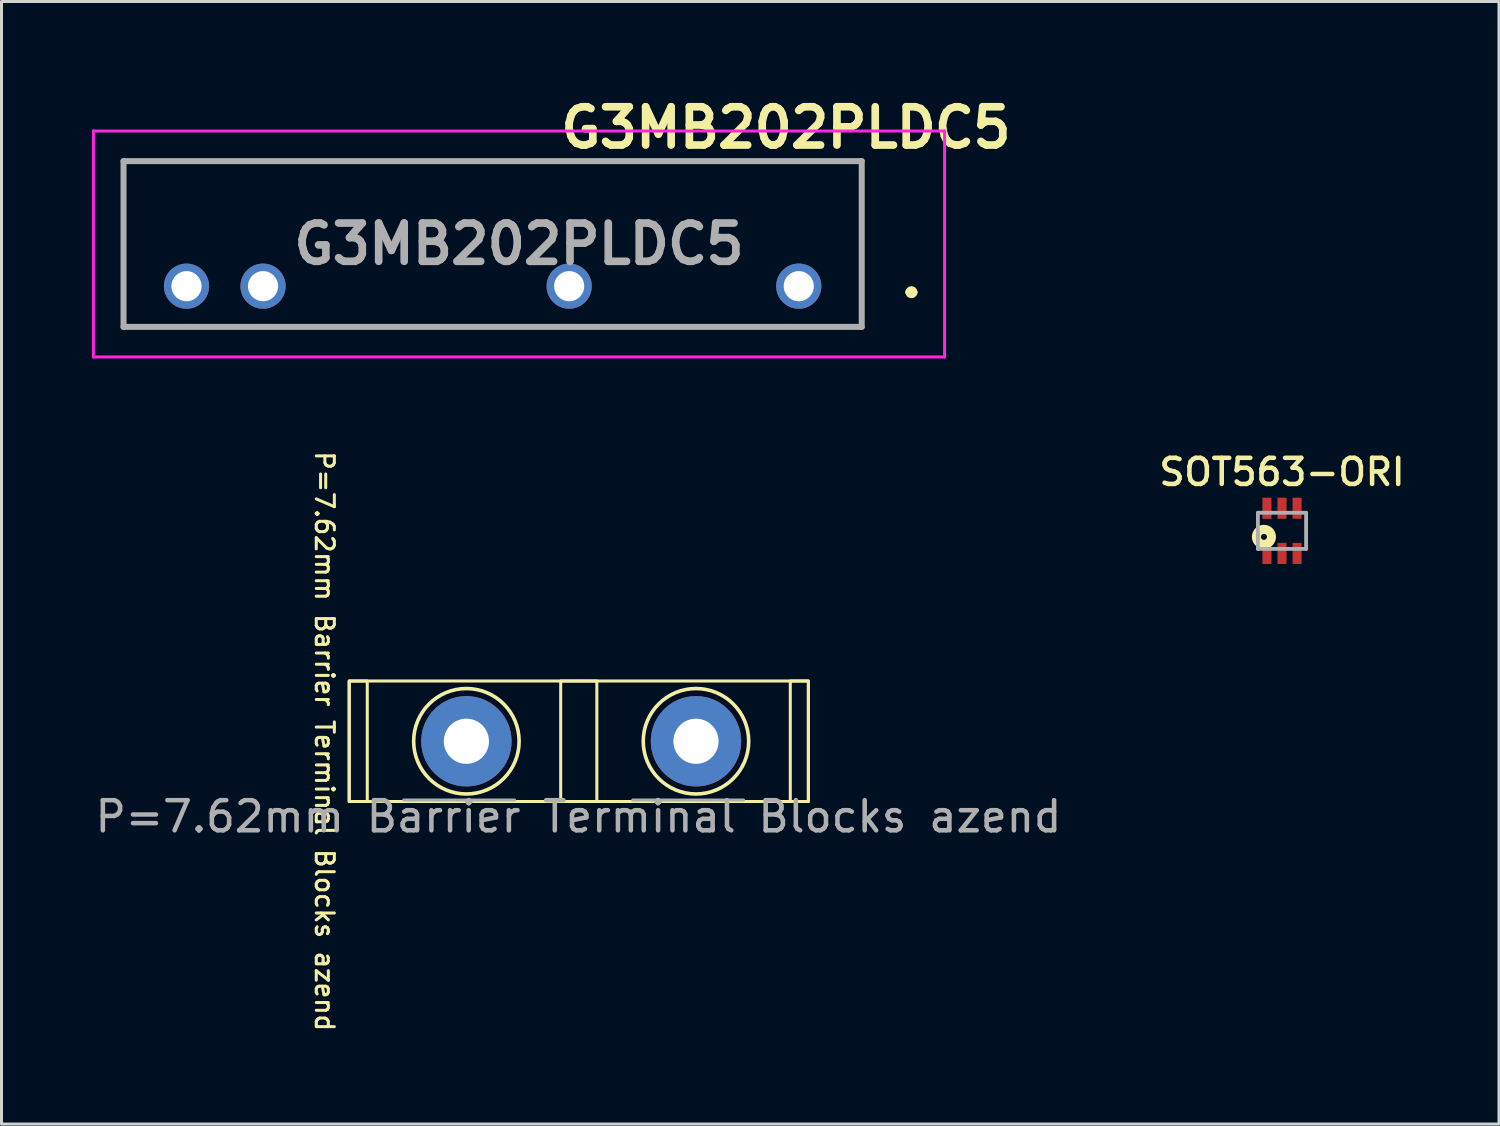
<source format=kicad_pcb>
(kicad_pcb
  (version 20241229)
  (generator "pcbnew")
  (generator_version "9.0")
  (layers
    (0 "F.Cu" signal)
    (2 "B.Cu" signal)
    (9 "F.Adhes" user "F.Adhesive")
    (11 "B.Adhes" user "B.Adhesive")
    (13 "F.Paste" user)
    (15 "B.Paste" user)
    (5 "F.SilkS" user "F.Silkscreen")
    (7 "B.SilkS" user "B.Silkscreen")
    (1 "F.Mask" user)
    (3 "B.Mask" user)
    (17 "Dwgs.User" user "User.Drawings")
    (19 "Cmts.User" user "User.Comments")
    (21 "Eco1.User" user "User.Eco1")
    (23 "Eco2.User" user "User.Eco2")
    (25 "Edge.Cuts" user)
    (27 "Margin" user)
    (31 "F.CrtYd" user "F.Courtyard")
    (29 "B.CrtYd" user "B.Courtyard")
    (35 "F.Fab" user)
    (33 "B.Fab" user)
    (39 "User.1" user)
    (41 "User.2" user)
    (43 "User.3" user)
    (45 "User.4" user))
  (footprint "SOT563-ORI"
    (layer "F.Cu")
    (at 39.499 14.568)
    (property "Reference" "SOT563-ORI" (at 0 -1.95 0) (layer "F.SilkS") (effects (font (size 0.866 0.866) (thickness 0.15))))
    (attr smd)
    (fp_circle (center -0.6 0.2) (end -0.5 0.2) (stroke (width 0.3) (type solid)) (fill no) (layer "F.SilkS"))
    (fp_line (start -0.8 -0.6) (end 0.8 -0.6) (stroke (width 0.127) (type solid)) (layer "F.Fab"))
    (fp_line (start -0.8 0.6) (end -0.8 -0.6) (stroke (width 0.127) (type solid)) (layer "F.Fab"))
    (fp_line (start 0.8 -0.6) (end 0.8 0.6) (stroke (width 0.127) (type solid)) (layer "F.Fab"))
    (fp_line (start 0.8 0.6) (end -0.8 0.6) (stroke (width 0.127) (type solid)) (layer "F.Fab"))
    (pad "1" smd rect (at -0.5 0.75) (size 0.3 0.7) (layers "F.Cu" "F.Mask" "F.Paste"))
    (pad "2" smd rect (at 0 0.75) (size 0.3 0.7) (layers "F.Cu" "F.Mask" "F.Paste"))
    (pad "3" smd rect (at 0.5 0.75) (size 0.3 0.7) (layers "F.Cu" "F.Mask" "F.Paste"))
    (pad "4" smd rect (at 0.5 -0.75) (size 0.3 0.7) (layers "F.Cu" "F.Mask" "F.Paste"))
    (pad "5" smd rect (at 0 -0.75) (size 0.3 0.7) (layers "F.Cu" "F.Mask" "F.Paste"))
    (pad "6" smd rect (at -0.5 -0.75) (size 0.3 0.7) (layers "F.Cu" "F.Mask" "F.Paste")))
  (footprint "G3MB202PLDC5"
    (layer "F.Cu")
    (at 23.46 6.448)
    (property "Reference" "G3MB202PLDC5" (at -0.425 -5.259 0) (layer "F.SilkS") (effects (font (size 1.27 1.27) (thickness 0.254))))
    (attr through_hole)
    (fp_line (start -22.41 -4.15) (end -22.41 1.35) (stroke (width 0.1) (type solid)) (layer "F.SilkS"))
    (fp_line (start -22.41 1.35) (end 2.09 1.35) (stroke (width 0.1) (type solid)) (layer "F.SilkS"))
    (fp_line (start 2.09 -4.15) (end -22.41 -4.15) (stroke (width 0.1) (type solid)) (layer "F.SilkS"))
    (fp_line (start 2.09 1.35) (end 2.09 -4.15) (stroke (width 0.1) (type solid)) (layer "F.SilkS"))
    (fp_line (start 3.64 0.2) (end 3.64 0.2) (stroke (width 0.2) (type solid)) (layer "F.SilkS"))
    (fp_line (start 3.84 0.2) (end 3.84 0.2) (stroke (width 0.2) (type solid)) (layer "F.SilkS"))
    (fp_arc (start 3.64 0.2) (mid 3.74 0.1) (end 3.84 0.2) (stroke (width 0.2) (type solid)) (layer "F.SilkS"))
    (fp_arc (start 3.84 0.2) (mid 3.74 0.3) (end 3.64 0.2) (stroke (width 0.2) (type solid)) (layer "F.SilkS"))
    (fp_line (start -23.41 -5.15) (end -23.41 2.35) (stroke (width 0.1) (type solid)) (layer "F.CrtYd"))
    (fp_line (start -23.41 2.35) (end 4.84 2.35) (stroke (width 0.1) (type solid)) (layer "F.CrtYd"))
    (fp_line (start 4.84 -5.15) (end -23.41 -5.15) (stroke (width 0.1) (type solid)) (layer "F.CrtYd"))
    (fp_line (start 4.84 2.35) (end 4.84 -5.15) (stroke (width 0.1) (type solid)) (layer "F.CrtYd"))
    (fp_line (start -22.41 -4.15) (end -22.41 1.35) (stroke (width 0.2) (type solid)) (layer "F.Fab"))
    (fp_line (start -22.41 1.35) (end 2.09 1.35) (stroke (width 0.2) (type solid)) (layer "F.Fab"))
    (fp_line (start 2.09 -4.15) (end -22.41 -4.15) (stroke (width 0.2) (type solid)) (layer "F.Fab"))
    (fp_line (start 2.09 1.35) (end 2.09 -4.15) (stroke (width 0.2) (type solid)) (layer "F.Fab"))
    (fp_text user "${REFERENCE}" (at -9.285 -1.4 0) (layer "F.Fab") (effects (font (size 1.27 1.27) (thickness 0.254))))
    (pad "11" thru_hole circle (at 0 0) (size 1.5 1.5) (drill 1) (layers "*.Cu" "*.Mask"))
    (pad "14" thru_hole circle (at -7.62 0) (size 1.5 1.5) (drill 1) (layers "*.Cu" "*.Mask"))
    (pad "A1" thru_hole circle (at -17.78 0) (size 1.5 1.5) (drill 1) (layers "*.Cu" "*.Mask"))
    (pad "A2" thru_hole circle (at -20.32 0) (size 1.5 1.5) (drill 1) (layers "*.Cu" "*.Mask")))
  (footprint "P=7.62mm Barrier Terminal Blocks azend"
    (layer "F.Cu")
    (at 16.149 21.552)
    (property "Reference" "P=7.62mm Barrier Terminal Blocks azend" (at -8.43 0 270) (unlocked yes) (layer "F.SilkS") (effects (font (size 0.6 0.6) (thickness 0.1))))
    (attr through_hole)
    (fp_rect (start -7.61 -2) (end -7.01 2) (stroke (width 0.1) (type default)) (fill no) (layer "F.SilkS"))
    (fp_rect (start -7.61 -2) (end 7.63 2) (stroke (width 0.1) (type default)) (fill no) (layer "F.SilkS"))
    (fp_rect (start -0.59 -2) (end 0.61 2) (stroke (width 0.1) (type default)) (fill no) (layer "F.SilkS"))
    (fp_rect (start 7.03 -2) (end 7.63 2) (stroke (width 0.1) (type default)) (fill no) (layer "F.SilkS"))
    (fp_circle (center -3.72 0) (end -3.72 1.75) (stroke (width 0.12) (type solid)) (fill no) (layer "F.SilkS"))
    (fp_circle (center 3.9 0) (end 3.9 1.75) (stroke (width 0.12) (type solid)) (fill no) (layer "F.SilkS"))
    (fp_line (start -5.798 1.95) (end -2.122 1.95) (stroke (width 0.1) (type default)) (layer "F.Fab"))
    (fp_line (start 1.802 1.95) (end 5.478 1.95) (stroke (width 0.1) (type default)) (layer "F.Fab"))
    (fp_text user "${REFERENCE}" (at 0 2.5 0) (unlocked yes) (layer "F.Fab") (effects (font (size 1 1) (thickness 0.15))))
    (pad "1" thru_hole circle (at 3.9 0) (size 3 3) (drill 1.5) (layers "*.Cu" "*.Mask"))
    (pad "2" thru_hole circle (at -3.72 0) (size 3 3) (drill 1.5) (layers "*.Cu" "*.Mask")))
  (gr_rect
    (start -3 -3)
    (end 46.7 34.257)
    (stroke (width 0.1) (type default))
    (fill no)
    (layer "Edge.Cuts")))
</source>
